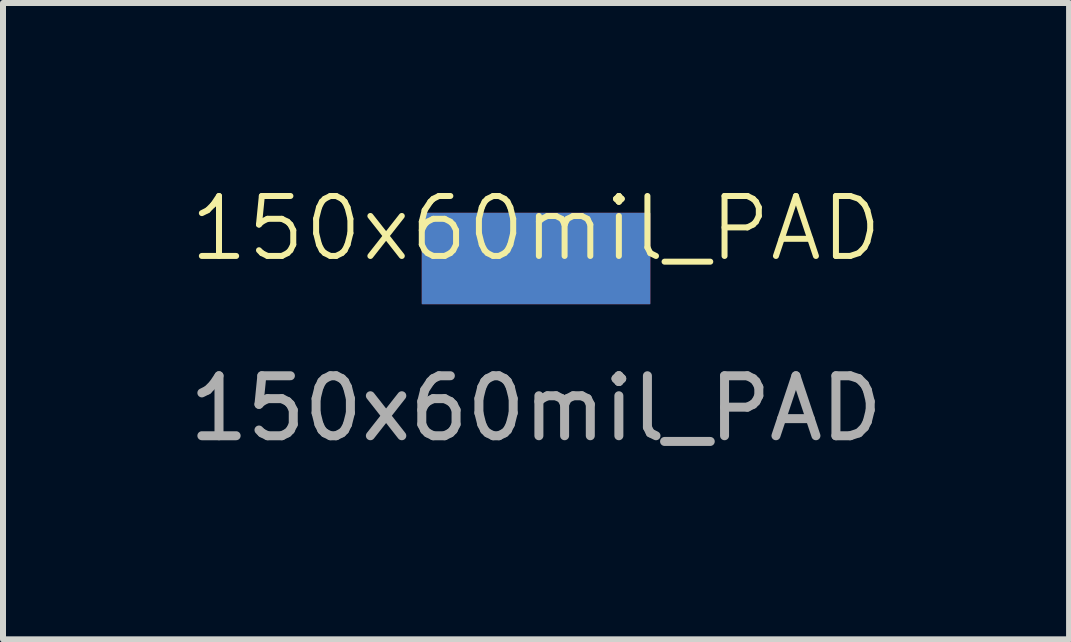
<source format=kicad_pcb>
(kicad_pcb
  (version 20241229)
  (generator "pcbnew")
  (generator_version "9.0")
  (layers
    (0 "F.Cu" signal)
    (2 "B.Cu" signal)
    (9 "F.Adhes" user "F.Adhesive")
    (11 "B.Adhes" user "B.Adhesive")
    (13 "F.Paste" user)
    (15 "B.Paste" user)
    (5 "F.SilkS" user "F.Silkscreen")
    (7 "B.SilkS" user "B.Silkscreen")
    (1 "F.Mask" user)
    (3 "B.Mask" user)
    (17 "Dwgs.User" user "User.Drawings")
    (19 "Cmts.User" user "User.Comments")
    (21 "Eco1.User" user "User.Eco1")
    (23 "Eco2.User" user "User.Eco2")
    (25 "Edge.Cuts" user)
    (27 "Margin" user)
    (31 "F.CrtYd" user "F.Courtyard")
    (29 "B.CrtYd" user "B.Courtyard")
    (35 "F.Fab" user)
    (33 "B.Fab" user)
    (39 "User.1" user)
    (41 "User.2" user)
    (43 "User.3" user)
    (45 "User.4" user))
  (footprint "150x60mil_PAD"
    (layer "F.Cu")
    (at 5.887 1.26)
    (property "Reference" "150x60mil_PAD" (at 0 -0.5 0) (unlocked yes) (layer "F.SilkS") (effects (font (size 1 1) (thickness 0.1))))
    (attr smd)
    (fp_text user "${REFERENCE}" (at 0 2.5 0) (unlocked yes) (layer "F.Fab") (effects (font (size 1 1) (thickness 0.15))))
    (pad "1" smd rect (at 0 0) (size 3.81 1.524) (layers "B.Cu" "B.Mask" "B.Paste"))
    (pad "1" smd roundrect (at 0 0) (size 3.81 1.524) (layers "F.Cu" "F.Mask" "F.Paste") (roundrect_rratio 0.01)))
  (gr_rect
    (start -3 -3)
    (end 14.774 7.609)
    (stroke (width 0.1) (type default))
    (fill no)
    (layer "Edge.Cuts")))
</source>
